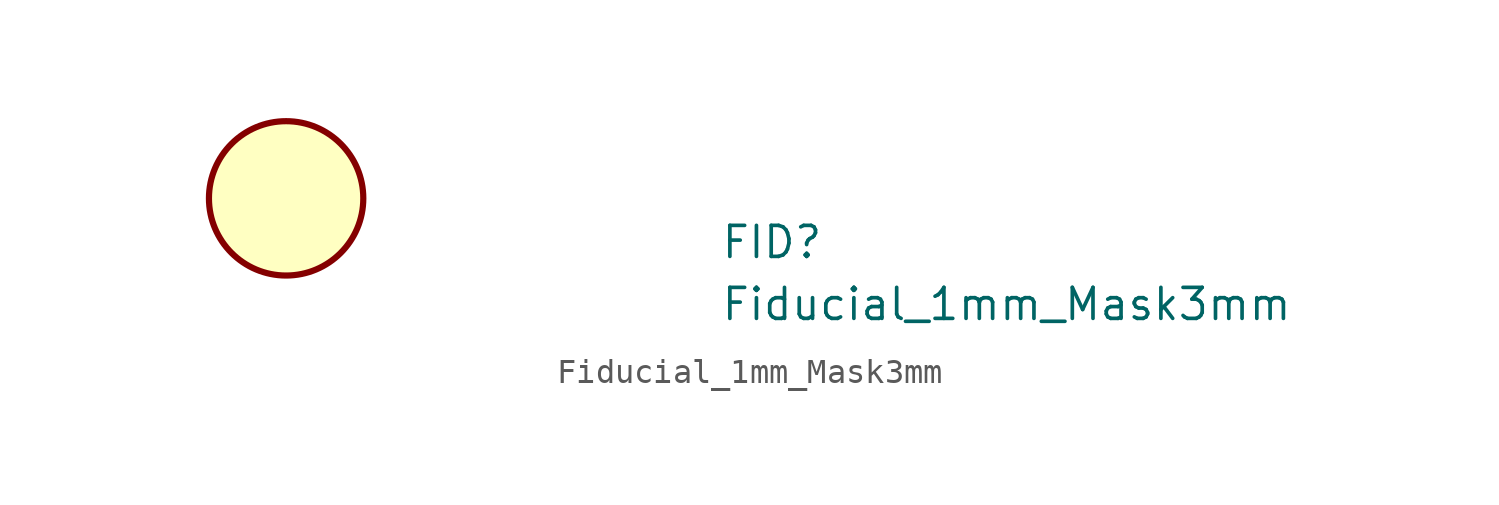
<source format=kicad_sym>
(kicad_symbol_lib
  (version 20211014)
  (generator kicad_symbol_editor)
  (symbol "Fiducial_1mm_Mask3mm"
    (property "Reference" "FID"
      (at 17.78 -2.54 0)
      (effects (font (size 1.27 1.27) (thickness 0.15)) (justify left bottom)))
    (property "Value" "Fiducial_1mm_Mask3mm"
      (at 17.78 -5.08 0)
      (effects (font (size 1.27 1.27) (thickness 0.15)) (justify left bottom)))
    (symbol "Fiducial_1mm_Mask3mm_1_1"
      (circle (center 0 0) (radius 3.162) (stroke (width 0.254) (type default) (color 0 0 0 0)) (fill (type background))))))
</source>
